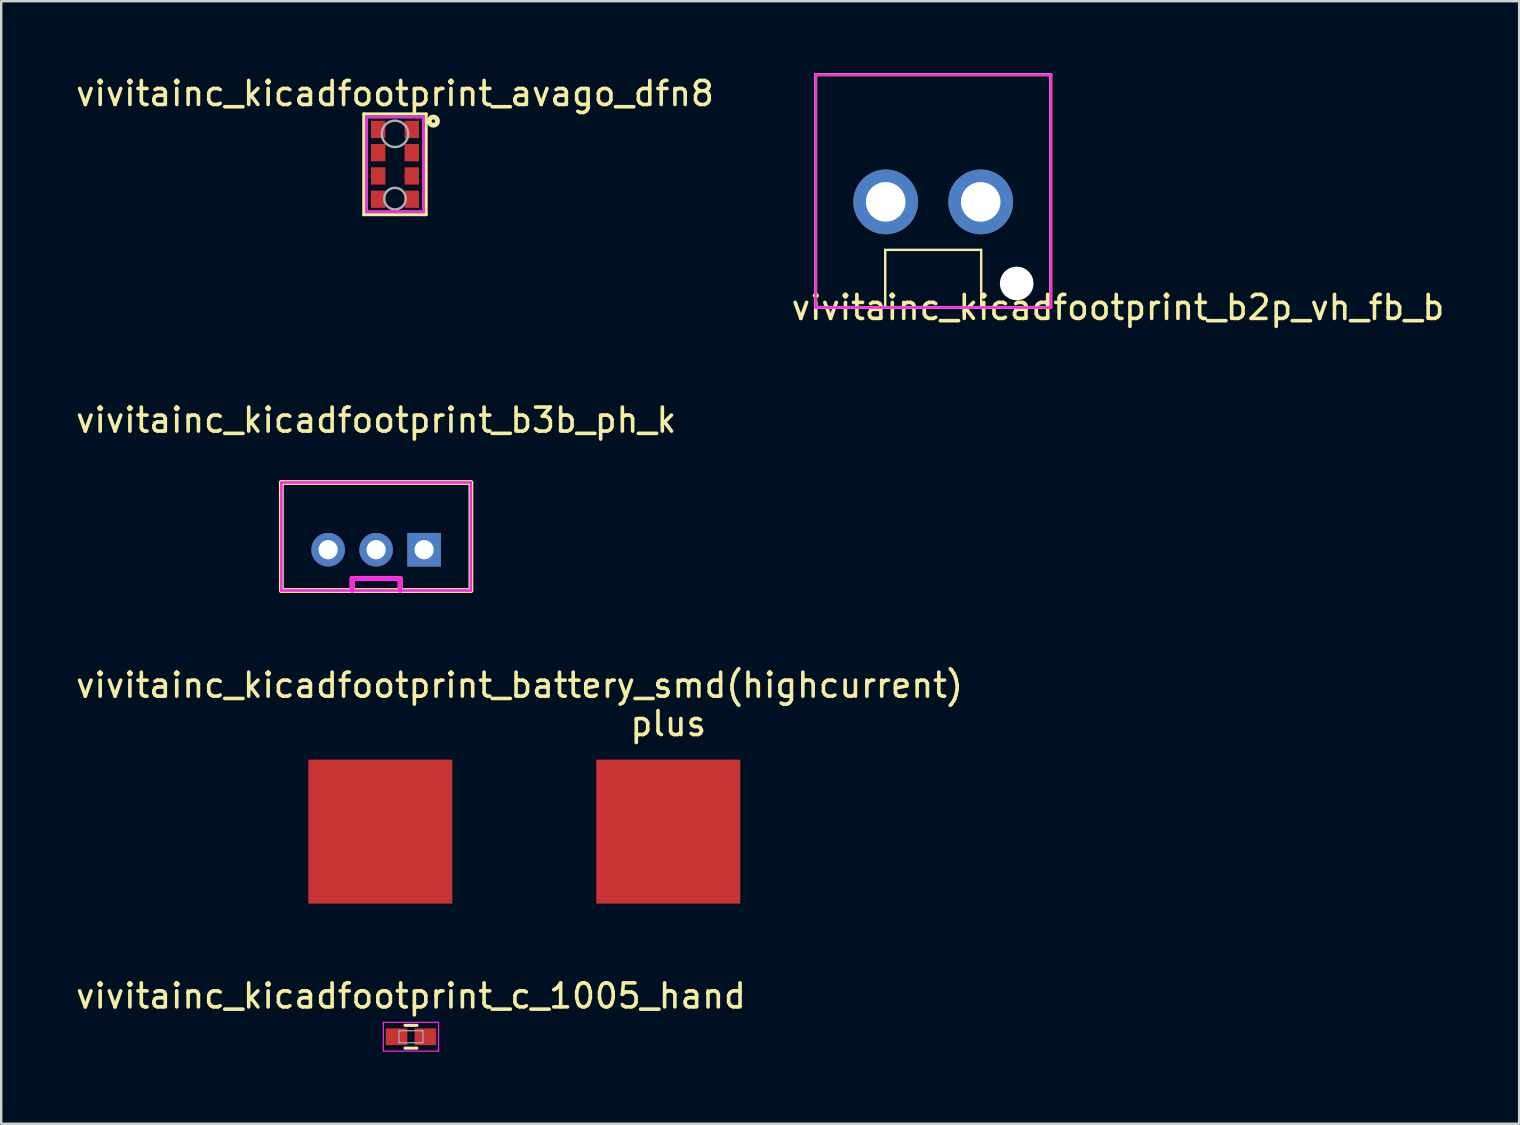
<source format=kicad_pcb>
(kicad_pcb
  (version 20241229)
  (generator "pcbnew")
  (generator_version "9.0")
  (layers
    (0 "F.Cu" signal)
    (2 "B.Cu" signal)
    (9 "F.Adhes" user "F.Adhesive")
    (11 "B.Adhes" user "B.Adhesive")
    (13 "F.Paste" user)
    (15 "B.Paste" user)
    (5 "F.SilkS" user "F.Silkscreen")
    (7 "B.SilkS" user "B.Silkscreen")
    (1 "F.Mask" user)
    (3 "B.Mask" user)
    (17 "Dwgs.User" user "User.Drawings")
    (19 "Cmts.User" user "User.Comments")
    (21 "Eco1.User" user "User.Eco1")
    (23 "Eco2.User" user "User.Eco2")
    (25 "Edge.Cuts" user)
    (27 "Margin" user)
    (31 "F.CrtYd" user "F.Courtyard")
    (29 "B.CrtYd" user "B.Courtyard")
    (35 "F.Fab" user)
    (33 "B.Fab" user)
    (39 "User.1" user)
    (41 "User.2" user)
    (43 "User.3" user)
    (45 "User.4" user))
  (footprint "vivitainc_kicadfootprint_c_1005_hand"
    (layer "F.Cu")
    (at 14.077 40.157)
    (property "Reference" "vivitainc_kicadfootprint_c_1005_hand" (at 0 -1.7 0) (layer "F.SilkS") (effects (font (size 1 1) (thickness 0.15))))
    (attr smd)
    (fp_line (start -0.25 0.475) (end 0.25 0.475) (stroke (width 0.127) (type solid)) (layer "F.SilkS"))
    (fp_line (start 0.25 -0.475) (end -0.25 -0.475) (stroke (width 0.127) (type solid)) (layer "F.SilkS"))
    (fp_line (start -1.15 -0.6) (end -1.15 0.6) (stroke (width 0.05) (type solid)) (layer "F.CrtYd"))
    (fp_line (start -1.15 -0.6) (end 1.15 -0.6) (stroke (width 0.05) (type solid)) (layer "F.CrtYd"))
    (fp_line (start -1.15 0.6) (end 1.15 0.6) (stroke (width 0.05) (type solid)) (layer "F.CrtYd"))
    (fp_line (start 1.15 -0.6) (end 1.15 0.6) (stroke (width 0.05) (type solid)) (layer "F.CrtYd"))
    (fp_line (start -0.5 -0.25) (end 0.5 -0.25) (stroke (width 0.05) (type solid)) (layer "F.Fab"))
    (fp_line (start -0.5 0.25) (end -0.5 -0.25) (stroke (width 0.05) (type solid)) (layer "F.Fab"))
    (fp_line (start 0.5 -0.25) (end 0.5 0.25) (stroke (width 0.05) (type solid)) (layer "F.Fab"))
    (fp_line (start 0.5 0.25) (end -0.5 0.25) (stroke (width 0.05) (type solid)) (layer "F.Fab"))
    (pad "1" smd rect (at -0.6 0) (size 0.9 0.7) (layers "F.Cu" "F.Mask" "F.Paste"))
    (pad "2" smd rect (at 0.6 0) (size 0.9 0.7) (layers "F.Cu" "F.Mask" "F.Paste")))
  (footprint "vivitainc_kicadfootprint_b2p_vh_fb_b"
    (layer "F.Cu")
    (at 35.842 5.364)
    (property "Reference" "vivitainc_kicadfootprint_b2p_vh_fb_b" (at 7.7 4.4 0) (layer "F.SilkS") (effects (font (size 1 1) (thickness 0.15))))
    (attr through_hole)
    (fp_line (start -4.9 -5.3) (end 4.9 -5.3) (stroke (width 0.127) (type solid)) (layer "F.SilkS"))
    (fp_line (start -4.9 4.4) (end -4.9 -5.3) (stroke (width 0.127) (type solid)) (layer "F.SilkS"))
    (fp_line (start -2 2) (end 2 2) (stroke (width 0.1) (type solid)) (layer "F.SilkS"))
    (fp_line (start -2 4.4) (end -2 2) (stroke (width 0.1) (type solid)) (layer "F.SilkS"))
    (fp_line (start 2 2) (end 2 4.4) (stroke (width 0.1) (type solid)) (layer "F.SilkS"))
    (fp_line (start 4.9 -5.3) (end 4.9 4.4) (stroke (width 0.127) (type solid)) (layer "F.SilkS"))
    (fp_line (start 4.9 4.4) (end -4.9 4.4) (stroke (width 0.127) (type solid)) (layer "F.SilkS"))
    (fp_line (start -4.9 -5.3) (end 4.9 -5.3) (stroke (width 0.1) (type solid)) (layer "F.CrtYd"))
    (fp_line (start -4.9 4.4) (end -4.9 -5.3) (stroke (width 0.1) (type solid)) (layer "F.CrtYd"))
    (fp_line (start 4.9 -5.3) (end 4.9 4.4) (stroke (width 0.1) (type solid)) (layer "F.CrtYd"))
    (fp_line (start 4.9 4.4) (end -4.9 4.4) (stroke (width 0.1) (type solid)) (layer "F.CrtYd"))
    (fp_line (start -4.9 -5.3) (end 4.9 -5.3) (stroke (width 0.1) (type solid)) (layer "F.Fab"))
    (fp_line (start -4.9 4.4) (end -4.9 -5.3) (stroke (width 0.1) (type solid)) (layer "F.Fab"))
    (fp_line (start 4.9 -5.3) (end 4.9 4.4) (stroke (width 0.1) (type solid)) (layer "F.Fab"))
    (fp_line (start 4.9 4.4) (end -4.9 4.4) (stroke (width 0.1) (type solid)) (layer "F.Fab"))
    (pad "" np_thru_hole circle (at 3.48 3.4) (size 1.4 1.4) (drill 1.4) (layers "*.Cu" "*.Mask"))
    (pad "1" thru_hole circle (at 1.98 0) (size 2.7 2.7) (drill 1.65) (layers "*.Cu" "*.Mask"))
    (pad "2" thru_hole circle (at -1.98 0) (size 2.7 2.7) (drill 1.65) (layers "*.Cu" "*.Mask")))
  (footprint "vivitainc_kicadfootprint_b3b_ph_k"
    (layer "F.Cu")
    (at 12.625 19.86)
    (property "Reference" "vivitainc_kicadfootprint_b3b_ph_k" (at 0 -5.4 0) (layer "F.SilkS") (effects (font (size 1 1) (thickness 0.15))))
    (attr through_hole)
    (fp_line (start -3.95 -2.8) (end -3.95 1.7) (stroke (width 0.2) (type solid)) (layer "F.SilkS"))
    (fp_line (start -3.95 1.7) (end 3.95 1.7) (stroke (width 0.2) (type solid)) (layer "F.SilkS"))
    (fp_line (start -1 1.2) (end 1 1.2) (stroke (width 0.2) (type solid)) (layer "F.SilkS"))
    (fp_line (start -1 1.7) (end -1 1.2) (stroke (width 0.2) (type solid)) (layer "F.SilkS"))
    (fp_line (start 1 1.2) (end 1 1.7) (stroke (width 0.2) (type solid)) (layer "F.SilkS"))
    (fp_line (start 3.95 -2.8) (end -3.95 -2.8) (stroke (width 0.2) (type solid)) (layer "F.SilkS"))
    (fp_line (start 3.95 1.7) (end 3.95 -2.8) (stroke (width 0.2) (type solid)) (layer "F.SilkS"))
    (fp_line (start -3.95 -2.8) (end -3.95 1.7) (stroke (width 0.1) (type solid)) (layer "F.CrtYd"))
    (fp_line (start -3.95 1.7) (end 3.95 1.7) (stroke (width 0.1) (type solid)) (layer "F.CrtYd"))
    (fp_line (start -1 1.2) (end 1 1.2) (stroke (width 0.2) (type solid)) (layer "F.CrtYd"))
    (fp_line (start -1 1.7) (end -1 1.2) (stroke (width 0.2) (type solid)) (layer "F.CrtYd"))
    (fp_line (start 1 1.2) (end 1 1.7) (stroke (width 0.2) (type solid)) (layer "F.CrtYd"))
    (fp_line (start 3.95 -2.8) (end -3.95 -2.8) (stroke (width 0.1) (type solid)) (layer "F.CrtYd"))
    (fp_line (start 3.95 1.7) (end 3.95 -2.8) (stroke (width 0.1) (type solid)) (layer "F.CrtYd"))
    (fp_line (start -3.95 -2.8) (end -3.95 1.7) (stroke (width 0.1) (type solid)) (layer "F.Fab"))
    (fp_line (start -3.95 1.7) (end 3.95 1.7) (stroke (width 0.1) (type solid)) (layer "F.Fab"))
    (fp_line (start 3.95 -2.8) (end -3.95 -2.8) (stroke (width 0.1) (type solid)) (layer "F.Fab"))
    (fp_line (start 3.95 1.7) (end 3.95 -2.8) (stroke (width 0.1) (type solid)) (layer "F.Fab"))
    (pad "1" thru_hole rect (at 2 0) (size 1.4 1.4) (drill 0.8) (layers "*.Cu" "*.Mask"))
    (pad "2" thru_hole circle (at 0 0) (size 1.4 1.4) (drill 0.8) (layers "*.Cu" "*.Mask"))
    (pad "3" thru_hole circle (at -2 0) (size 1.4 1.4) (drill 0.8) (layers "*.Cu" "*.Mask")))
  (footprint "vivitainc_kicadfootprint_battery_smd(highcurrent)"
    (layer "F.Cu")
    (at 18.801 31.608)
    (property "Reference" "vivitainc_kicadfootprint_battery_smd(highcurrent)" (at -0.2 -6.1 0) (layer "F.SilkS") (effects (font (size 1 1) (thickness 0.15))))
    (attr through_hole)
    (fp_text user "plus" (at 6 -4.5 0) (layer "F.SilkS") (effects (font (size 1 1) (thickness 0.15))))
    (pad "1" smd rect (at 6 0) (size 6 6) (layers "F.Cu" "F.Mask" "F.Paste"))
    (pad "2" smd rect (at -6 0) (size 6 6) (layers "F.Cu" "F.Mask" "F.Paste")))
  (footprint "vivitainc_kicadfootprint_avago_dfn8"
    (layer "F.Cu")
    (at 13.411 3.798)
    (property "Reference" "vivitainc_kicadfootprint_avago_dfn8" (at 0 -2.95 0) (layer "F.SilkS") (effects (font (size 1 1) (thickness 0.15))))
    (attr through_hole)
    (fp_line (start -1.3 -2.1) (end 1.3 -2.1) (stroke (width 0.127) (type solid)) (layer "F.SilkS"))
    (fp_line (start -1.3 2.1) (end -1.3 -2.1) (stroke (width 0.127) (type solid)) (layer "F.SilkS"))
    (fp_line (start 1.3 -2.1) (end 1.3 2.1) (stroke (width 0.127) (type solid)) (layer "F.SilkS"))
    (fp_line (start 1.3 2.1) (end -1.3 2.1) (stroke (width 0.127) (type solid)) (layer "F.SilkS"))
    (fp_circle (center 1.6 -1.8) (end 1.65 -1.75) (stroke (width 0.2) (type solid)) (fill no) (layer "F.SilkS"))
    (fp_line (start -1.18 -1.97) (end -1.18 1.97) (stroke (width 0.1) (type solid)) (layer "F.CrtYd"))
    (fp_line (start -1.18 -1.97) (end 1.18 -1.97) (stroke (width 0.1) (type solid)) (layer "F.CrtYd"))
    (fp_line (start -1.18 1.97) (end 1.18 1.97) (stroke (width 0.1) (type solid)) (layer "F.CrtYd"))
    (fp_line (start 1.18 1.97) (end 1.18 -1.97) (stroke (width 0.1) (type solid)) (layer "F.CrtYd"))
    (fp_line (start -1.18 -1.97) (end -1.18 1.97) (stroke (width 0.1) (type solid)) (layer "F.Fab"))
    (fp_line (start -1.18 -1.97) (end 1.18 -1.97) (stroke (width 0.1) (type solid)) (layer "F.Fab"))
    (fp_line (start -1.18 1.97) (end 1.18 1.97) (stroke (width 0.1) (type solid)) (layer "F.Fab"))
    (fp_line (start 1.18 1.97) (end 1.18 -1.97) (stroke (width 0.1) (type solid)) (layer "F.Fab"))
    (fp_circle (center 0 -1.27) (end 0 -1.82) (stroke (width 0.1) (type solid)) (fill no) (layer "F.Fab"))
    (fp_circle (center 0 1.43) (end 0 0.98) (stroke (width 0.1) (type solid)) (fill no) (layer "F.Fab"))
    (pad "" smd rect (at -0.7 -1.455) (size 0.6 0.576) (layers "F.Paste"))
    (pad "" smd rect (at -0.7 -0.485) (size 0.6 0.576) (layers "F.Paste"))
    (pad "" smd rect (at -0.7 0.485) (size 0.6 0.576) (layers "F.Paste"))
    (pad "" smd rect (at -0.7 1.455) (size 0.6 0.576) (layers "F.Paste"))
    (pad "" smd rect (at 0.7 -1.455) (size 0.6 0.576) (layers "F.Paste"))
    (pad "" smd rect (at 0.7 -0.485) (size 0.6 0.576) (layers "F.Paste"))
    (pad "" smd rect (at 0.7 0.485) (size 0.6 0.576) (layers "F.Paste"))
    (pad "" smd rect (at 0.7 1.455) (size 0.6 0.576) (layers "F.Paste"))
    (pad "1" smd rect (at 0.7 -1.455) (size 0.6 0.72) (layers "F.Cu" "F.Mask"))
    (pad "2" smd rect (at 0.7 -0.485) (size 0.6 0.72) (layers "F.Cu" "F.Mask"))
    (pad "3" smd rect (at 0.7 0.485) (size 0.6 0.72) (layers "F.Cu" "F.Mask"))
    (pad "4" smd rect (at 0.7 1.455) (size 0.6 0.72) (layers "F.Cu" "F.Mask"))
    (pad "5" smd rect (at -0.7 1.455) (size 0.6 0.72) (layers "F.Cu" "F.Mask"))
    (pad "6" smd rect (at -0.7 0.485) (size 0.6 0.72) (layers "F.Cu" "F.Mask"))
    (pad "7" smd rect (at -0.7 -0.485) (size 0.6 0.72) (layers "F.Cu" "F.Mask"))
    (pad "8" smd rect (at -0.7 -1.455) (size 0.6 0.72) (layers "F.Cu" "F.Mask")))
  (gr_rect
    (start -3 -3)
    (end 60.262 43.782)
    (stroke (width 0.1) (type default))
    (fill no)
    (layer "Edge.Cuts")))
</source>
